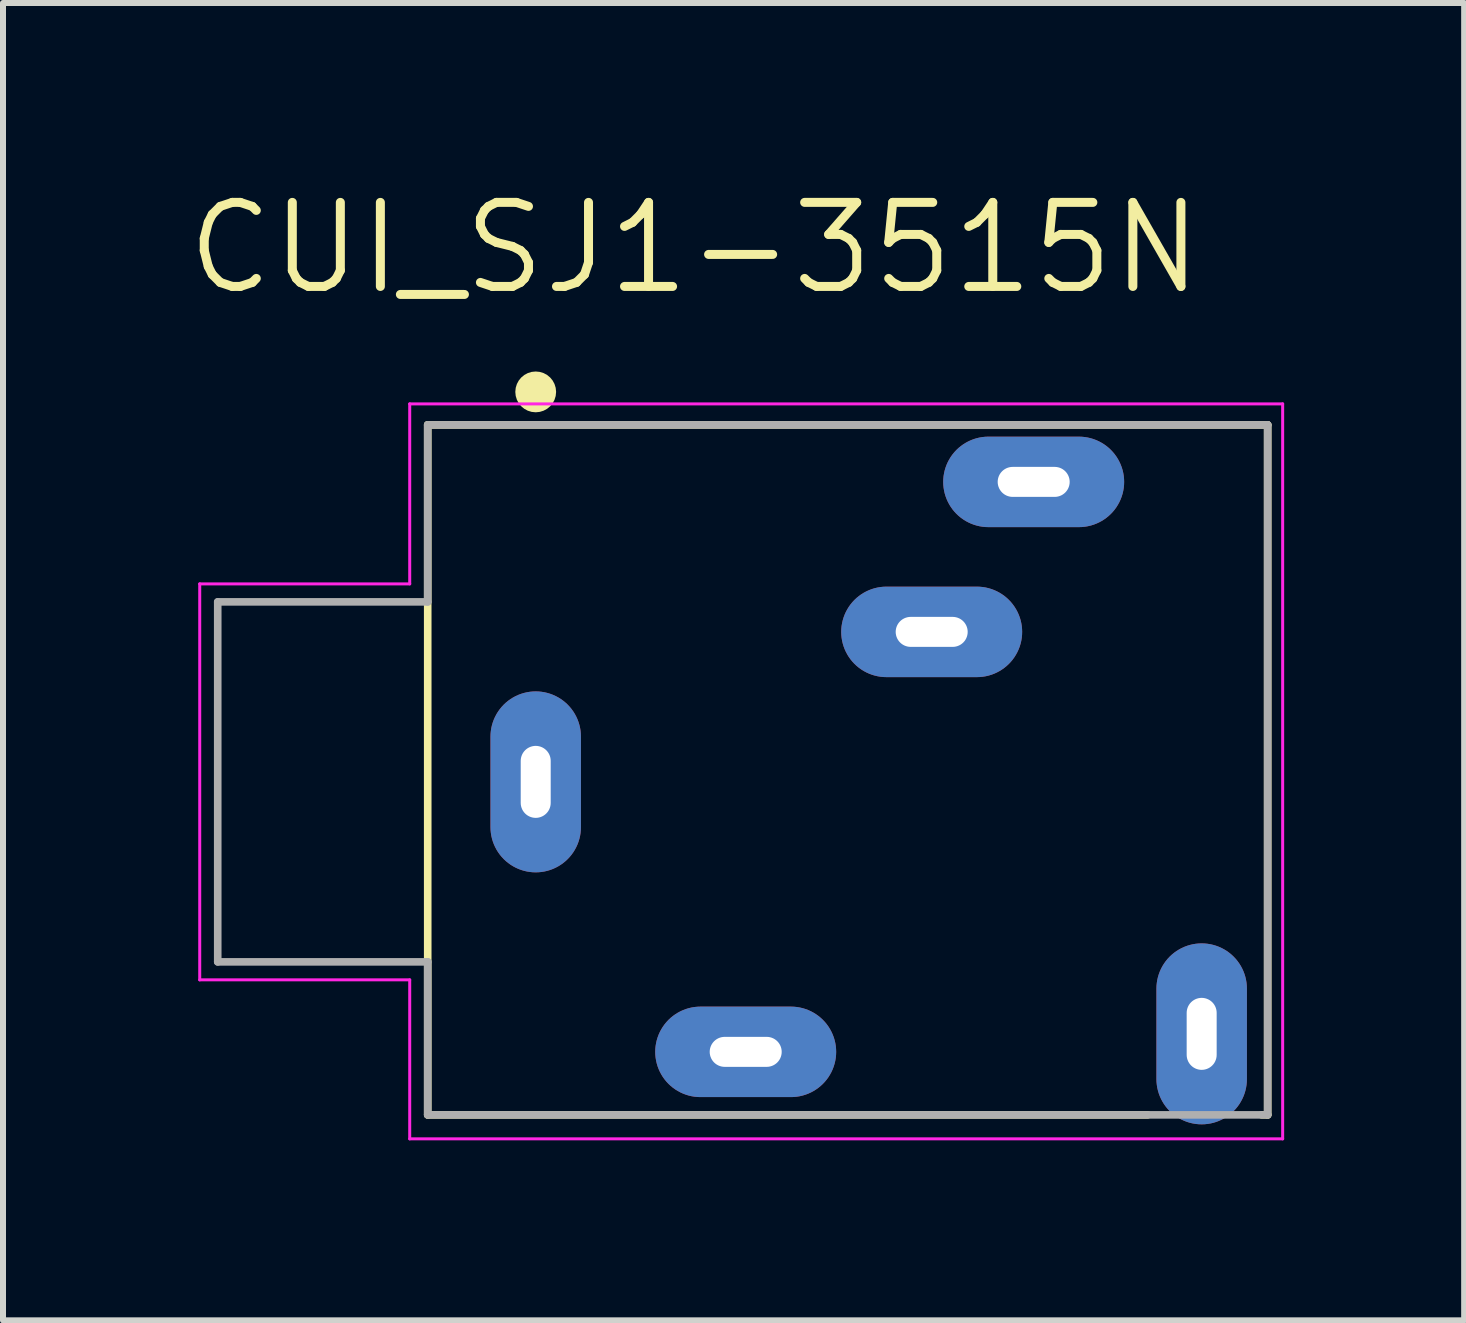
<source format=kicad_pcb>
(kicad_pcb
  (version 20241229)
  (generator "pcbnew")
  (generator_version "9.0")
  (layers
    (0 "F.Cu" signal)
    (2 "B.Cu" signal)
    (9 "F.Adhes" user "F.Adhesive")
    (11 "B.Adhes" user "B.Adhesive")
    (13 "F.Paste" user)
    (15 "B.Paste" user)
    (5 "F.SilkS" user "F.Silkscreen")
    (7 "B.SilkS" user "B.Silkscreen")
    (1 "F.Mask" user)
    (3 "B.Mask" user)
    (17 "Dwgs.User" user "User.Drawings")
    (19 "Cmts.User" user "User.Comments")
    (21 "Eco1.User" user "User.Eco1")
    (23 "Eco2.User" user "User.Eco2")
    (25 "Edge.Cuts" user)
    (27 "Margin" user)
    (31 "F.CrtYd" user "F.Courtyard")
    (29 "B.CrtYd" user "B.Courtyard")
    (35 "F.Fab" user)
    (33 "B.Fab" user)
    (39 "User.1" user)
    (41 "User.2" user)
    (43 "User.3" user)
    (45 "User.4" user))
  (footprint "CUI_SJ1-3515N"
    (layer "F.Cu")
    (at 5.879 9.982)
    (property "Reference" "CUI_SJ1-3515N" (at 2.648 -8.898 0) (layer "F.SilkS") (effects (font (size 1.401 1.401) (thickness 0.15))))
    (attr through_hole)
    (fp_line (start -1.8 -5.95) (end 12.2 -5.95) (stroke (width 0.127) (type solid)) (layer "F.SilkS"))
    (fp_line (start -1.8 5.55) (end -1.8 -5.95) (stroke (width 0.127) (type solid)) (layer "F.SilkS"))
    (fp_line (start 10.2 5.55) (end -1.8 5.55) (stroke (width 0.127) (type solid)) (layer "F.SilkS"))
    (fp_line (start 12.2 -5.95) (end 12.2 5.55) (stroke (width 0.127) (type solid)) (layer "F.SilkS"))
    (fp_line (start 12.2 5.55) (end 12.1 5.55) (stroke (width 0.127) (type solid)) (layer "F.SilkS"))
    (fp_circle (center 0 -6.5) (end 0.17 -6.5) (stroke (width 0.34) (type solid)) (fill no) (layer "F.SilkS"))
    (fp_line (start -5.6 -3.3) (end -5.6 3.3) (stroke (width 0.05) (type solid)) (layer "F.CrtYd"))
    (fp_line (start -5.6 3.3) (end -2.1 3.3) (stroke (width 0.05) (type solid)) (layer "F.CrtYd"))
    (fp_line (start -2.1 -6.3) (end -2.1 -3.3) (stroke (width 0.05) (type solid)) (layer "F.CrtYd"))
    (fp_line (start -2.1 -3.3) (end -5.6 -3.3) (stroke (width 0.05) (type solid)) (layer "F.CrtYd"))
    (fp_line (start -2.1 3.3) (end -2.1 5.95) (stroke (width 0.05) (type solid)) (layer "F.CrtYd"))
    (fp_line (start -2.1 5.95) (end 12.45 5.95) (stroke (width 0.05) (type solid)) (layer "F.CrtYd"))
    (fp_line (start 12.45 -6.3) (end -2.1 -6.3) (stroke (width 0.05) (type solid)) (layer "F.CrtYd"))
    (fp_line (start 12.45 5.95) (end 12.45 -6.3) (stroke (width 0.05) (type solid)) (layer "F.CrtYd"))
    (fp_line (start -5.3 -3) (end -5.3 3) (stroke (width 0.127) (type solid)) (layer "F.Fab"))
    (fp_line (start -5.3 3) (end -1.8 3) (stroke (width 0.127) (type solid)) (layer "F.Fab"))
    (fp_line (start -1.8 -5.95) (end -1.8 -3) (stroke (width 0.127) (type solid)) (layer "F.Fab"))
    (fp_line (start -1.8 -3) (end -5.3 -3) (stroke (width 0.127) (type solid)) (layer "F.Fab"))
    (fp_line (start -1.8 3) (end -1.8 5.55) (stroke (width 0.127) (type solid)) (layer "F.Fab"))
    (fp_line (start -1.8 5.55) (end 12.2 5.55) (stroke (width 0.127) (type solid)) (layer "F.Fab"))
    (fp_line (start 12.2 -5.95) (end -1.8 -5.95) (stroke (width 0.127) (type solid)) (layer "F.Fab"))
    (fp_line (start 12.2 5.55) (end 12.2 -5.95) (stroke (width 0.127) (type solid)) (layer "F.Fab"))
    (pad "1" thru_hole oval (at 0 0) (size 1.508 3.016) (drill oval 0.5 1.2) (layers "*.Cu" "*.Mask"))
    (pad "2" thru_hole oval (at 3.5 4.5) (size 3.016 1.508) (drill oval 1.2 0.5) (layers "*.Cu" "*.Mask"))
    (pad "3" thru_hole oval (at 8.3 -5) (size 3.016 1.508) (drill oval 1.2 0.5) (layers "*.Cu" "*.Mask"))
    (pad "4" thru_hole oval (at 11.1 4.2) (size 1.508 3.016) (drill oval 0.5 1.2) (layers "*.Cu" "*.Mask"))
    (pad "5" thru_hole oval (at 6.6 -2.5) (size 3.016 1.508) (drill oval 1.2 0.5) (layers "*.Cu" "*.Mask")))
  (gr_rect
    (start -3 -3)
    (end 21.354 18.957)
    (stroke (width 0.1) (type default))
    (fill no)
    (layer "Edge.Cuts")))
</source>
